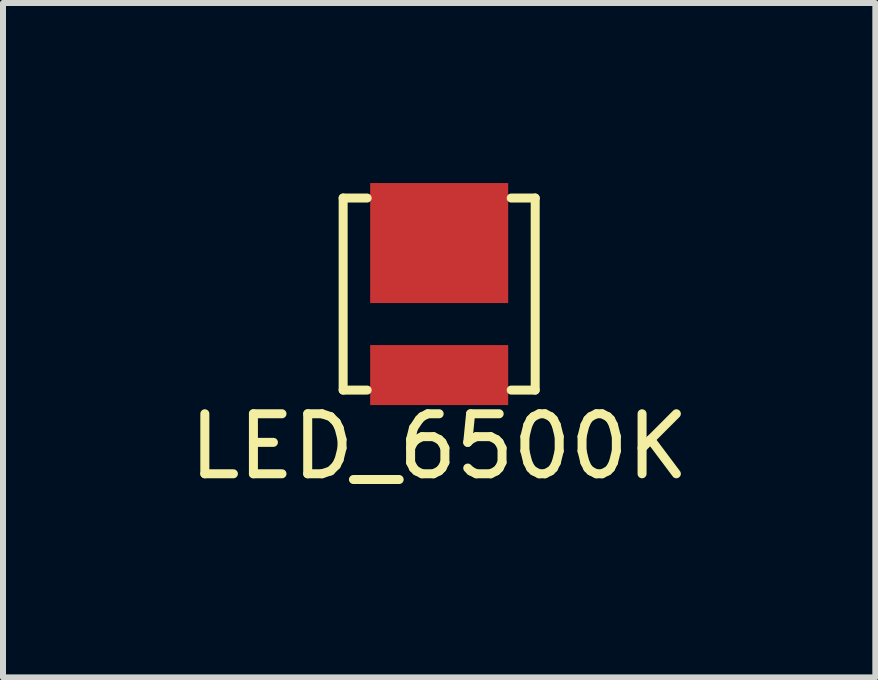
<source format=kicad_pcb>
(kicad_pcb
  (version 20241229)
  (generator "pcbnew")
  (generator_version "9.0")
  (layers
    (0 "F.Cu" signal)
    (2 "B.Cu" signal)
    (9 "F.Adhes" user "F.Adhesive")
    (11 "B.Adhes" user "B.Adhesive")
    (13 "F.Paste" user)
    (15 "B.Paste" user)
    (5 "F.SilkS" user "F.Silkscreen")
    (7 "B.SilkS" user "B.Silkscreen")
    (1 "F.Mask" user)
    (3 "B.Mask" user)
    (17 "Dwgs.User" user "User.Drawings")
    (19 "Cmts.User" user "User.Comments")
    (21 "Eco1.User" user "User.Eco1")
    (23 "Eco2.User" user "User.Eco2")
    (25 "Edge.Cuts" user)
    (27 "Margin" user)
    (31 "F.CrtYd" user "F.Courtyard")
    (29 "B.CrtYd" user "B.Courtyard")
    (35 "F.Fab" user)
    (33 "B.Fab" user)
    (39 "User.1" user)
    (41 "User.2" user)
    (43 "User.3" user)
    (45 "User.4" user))
  (footprint "LED_6500K"
    (layer "F.Cu")
    (at 4.268 1.85)
    (property "Reference" "LED_6500K" (at 0 2.54 0) (layer "F.SilkS") (effects (font (size 1 1) (thickness 0.15))))
    (attr smd)
    (fp_line (start -1.6 -1.6) (end -1.6 1.6) (stroke (width 0.15) (type solid)) (layer "F.SilkS"))
    (fp_line (start -1.2 -1.6) (end -1.6 -1.6) (stroke (width 0.15) (type solid)) (layer "F.SilkS"))
    (fp_line (start -1.2 1.6) (end -1.6 1.6) (stroke (width 0.15) (type solid)) (layer "F.SilkS"))
    (fp_line (start 1.2 -1.6) (end 1.6 -1.6) (stroke (width 0.15) (type solid)) (layer "F.SilkS"))
    (fp_line (start 1.6 1.6) (end 1.2 1.6) (stroke (width 0.15) (type solid)) (layer "F.SilkS"))
    (fp_line (start 1.6 1.6) (end 1.6 -1.6) (stroke (width 0.15) (type solid)) (layer "F.SilkS"))
    (pad "1" smd rect (at 0 -0.85) (size 2.3 2) (layers "F.Cu" "F.Mask" "F.Paste"))
    (pad "2" smd rect (at 0 1.35) (size 2.3 1) (layers "F.Cu" "F.Mask" "F.Paste")))
  (gr_rect
    (start -3 -3)
    (end 11.536 8.238)
    (stroke (width 0.1) (type default))
    (fill no)
    (layer "Edge.Cuts")))
</source>
